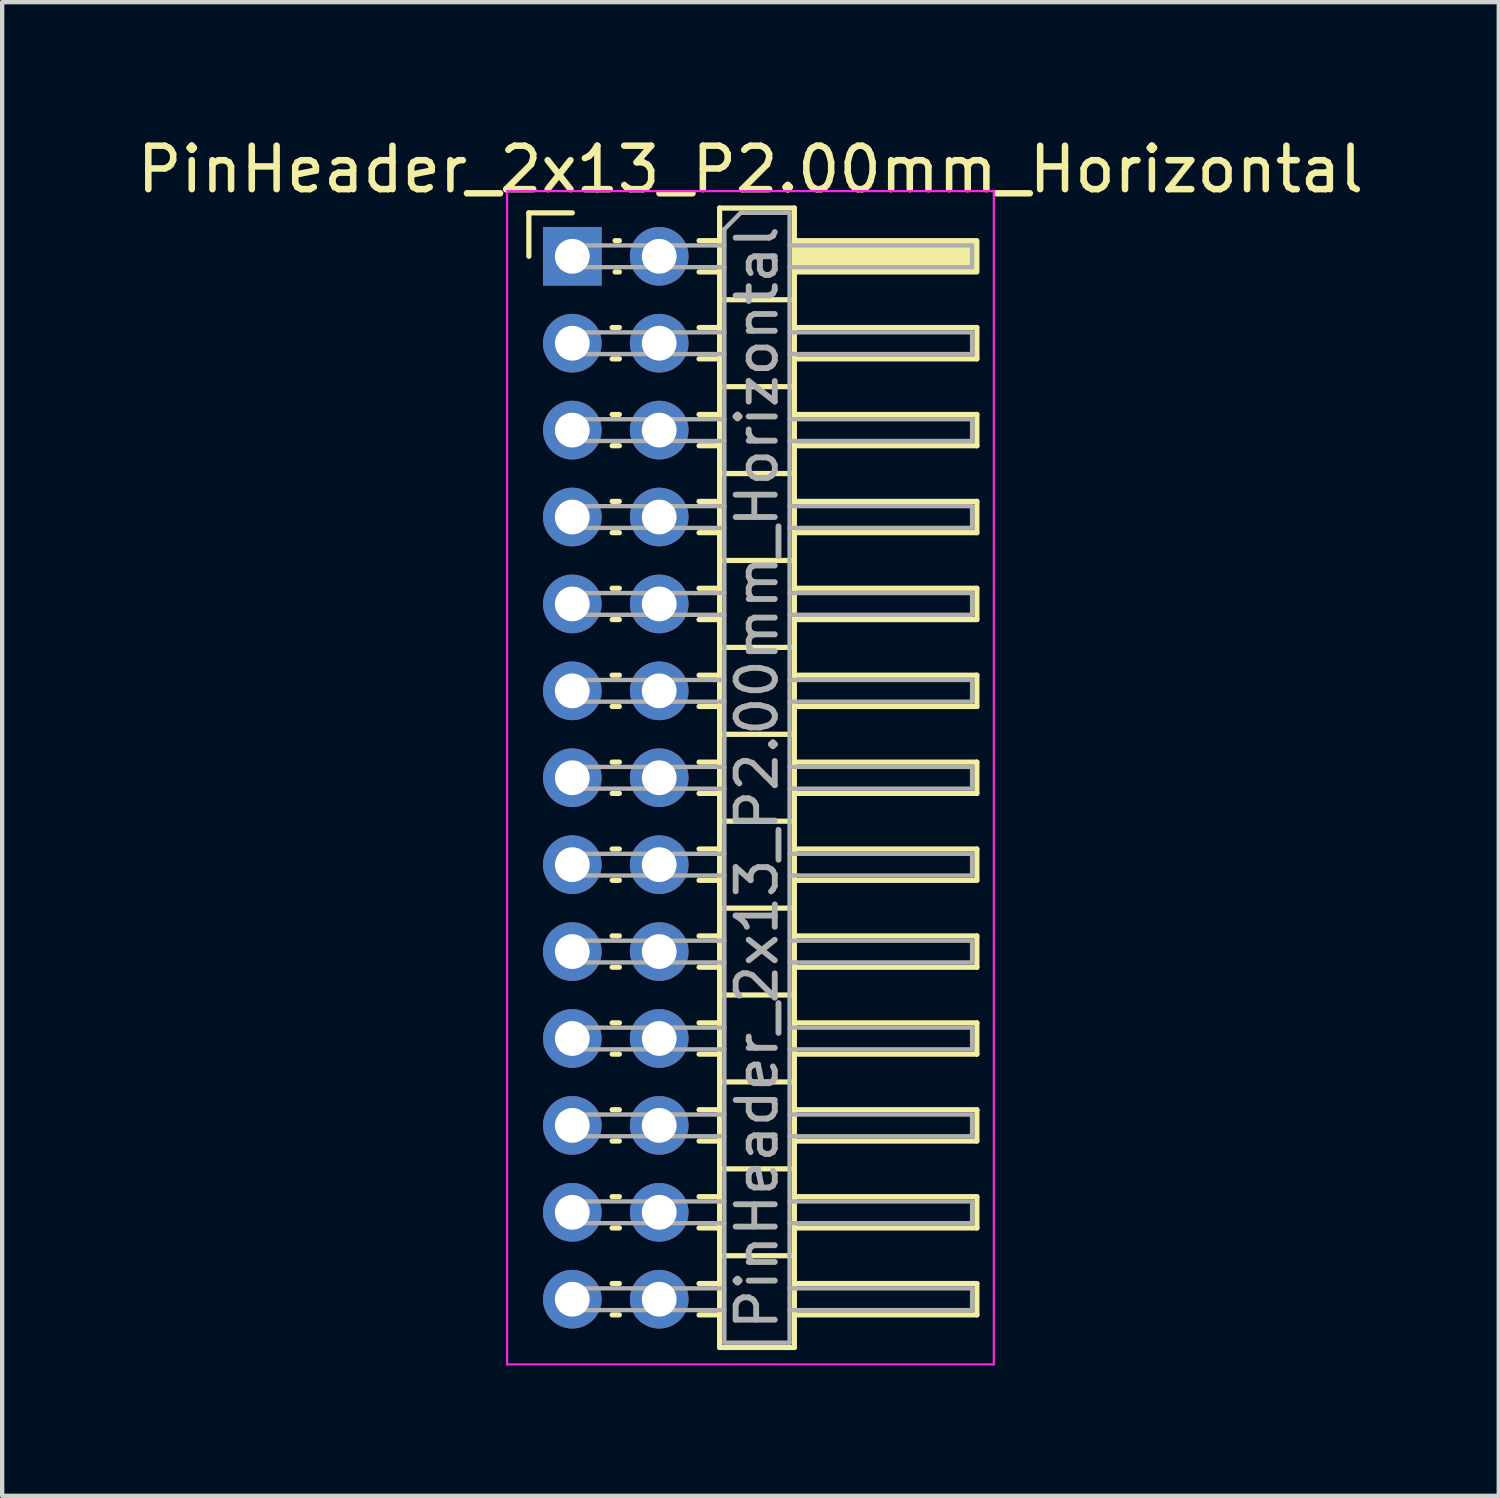
<source format=kicad_pcb>
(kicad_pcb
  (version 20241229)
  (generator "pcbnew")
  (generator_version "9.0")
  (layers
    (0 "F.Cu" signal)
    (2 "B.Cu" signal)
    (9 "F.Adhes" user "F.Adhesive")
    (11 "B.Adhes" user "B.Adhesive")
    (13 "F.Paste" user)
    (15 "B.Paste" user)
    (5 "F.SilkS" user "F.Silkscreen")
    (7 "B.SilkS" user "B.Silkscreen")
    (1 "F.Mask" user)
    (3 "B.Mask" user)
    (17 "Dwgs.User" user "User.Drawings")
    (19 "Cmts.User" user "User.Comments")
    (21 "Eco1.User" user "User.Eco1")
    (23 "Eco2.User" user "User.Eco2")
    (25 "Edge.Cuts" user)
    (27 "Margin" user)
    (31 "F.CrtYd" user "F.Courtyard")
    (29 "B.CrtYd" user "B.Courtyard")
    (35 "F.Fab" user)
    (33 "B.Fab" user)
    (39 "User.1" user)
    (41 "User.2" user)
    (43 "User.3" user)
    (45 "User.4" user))
  (footprint "PinHeader_2x13_P2.00mm_Horizontal"
    (layer "F.Cu")
    (at 10.12 2.848)
    (property "Reference" "PinHeader_2x13_P2.00mm_Horizontal" (at 4.1 -2 0) (layer "F.SilkS") (effects (font (size 1 1) (thickness 0.15))))
    (attr through_hole)
    (fp_line (start -1 -1) (end 0 -1) (stroke (width 0.12) (type solid)) (layer "F.SilkS"))
    (fp_line (start -1 0) (end -1 -1) (stroke (width 0.12) (type solid)) (layer "F.SilkS"))
    (fp_line (start 0.917 1.64) (end 1.083 1.64) (stroke (width 0.12) (type solid)) (layer "F.SilkS"))
    (fp_line (start 0.917 2.36) (end 1.083 2.36) (stroke (width 0.12) (type solid)) (layer "F.SilkS"))
    (fp_line (start 0.917 3.64) (end 1.083 3.64) (stroke (width 0.12) (type solid)) (layer "F.SilkS"))
    (fp_line (start 0.917 4.36) (end 1.083 4.36) (stroke (width 0.12) (type solid)) (layer "F.SilkS"))
    (fp_line (start 0.917 5.64) (end 1.083 5.64) (stroke (width 0.12) (type solid)) (layer "F.SilkS"))
    (fp_line (start 0.917 6.36) (end 1.083 6.36) (stroke (width 0.12) (type solid)) (layer "F.SilkS"))
    (fp_line (start 0.917 7.64) (end 1.083 7.64) (stroke (width 0.12) (type solid)) (layer "F.SilkS"))
    (fp_line (start 0.917 8.36) (end 1.083 8.36) (stroke (width 0.12) (type solid)) (layer "F.SilkS"))
    (fp_line (start 0.917 9.64) (end 1.083 9.64) (stroke (width 0.12) (type solid)) (layer "F.SilkS"))
    (fp_line (start 0.917 10.36) (end 1.083 10.36) (stroke (width 0.12) (type solid)) (layer "F.SilkS"))
    (fp_line (start 0.917 11.64) (end 1.083 11.64) (stroke (width 0.12) (type solid)) (layer "F.SilkS"))
    (fp_line (start 0.917 12.36) (end 1.083 12.36) (stroke (width 0.12) (type solid)) (layer "F.SilkS"))
    (fp_line (start 0.917 13.64) (end 1.083 13.64) (stroke (width 0.12) (type solid)) (layer "F.SilkS"))
    (fp_line (start 0.917 14.36) (end 1.083 14.36) (stroke (width 0.12) (type solid)) (layer "F.SilkS"))
    (fp_line (start 0.917 15.64) (end 1.083 15.64) (stroke (width 0.12) (type solid)) (layer "F.SilkS"))
    (fp_line (start 0.917 16.36) (end 1.083 16.36) (stroke (width 0.12) (type solid)) (layer "F.SilkS"))
    (fp_line (start 0.917 17.64) (end 1.083 17.64) (stroke (width 0.12) (type solid)) (layer "F.SilkS"))
    (fp_line (start 0.917 18.36) (end 1.083 18.36) (stroke (width 0.12) (type solid)) (layer "F.SilkS"))
    (fp_line (start 0.917 19.64) (end 1.083 19.64) (stroke (width 0.12) (type solid)) (layer "F.SilkS"))
    (fp_line (start 0.917 20.36) (end 1.083 20.36) (stroke (width 0.12) (type solid)) (layer "F.SilkS"))
    (fp_line (start 0.917 21.64) (end 1.083 21.64) (stroke (width 0.12) (type solid)) (layer "F.SilkS"))
    (fp_line (start 0.917 22.36) (end 1.083 22.36) (stroke (width 0.12) (type solid)) (layer "F.SilkS"))
    (fp_line (start 0.917 23.64) (end 1.083 23.64) (stroke (width 0.12) (type solid)) (layer "F.SilkS"))
    (fp_line (start 0.917 24.36) (end 1.083 24.36) (stroke (width 0.12) (type solid)) (layer "F.SilkS"))
    (fp_line (start 0.985 -0.36) (end 1.083 -0.36) (stroke (width 0.12) (type solid)) (layer "F.SilkS"))
    (fp_line (start 0.985 0.36) (end 1.083 0.36) (stroke (width 0.12) (type solid)) (layer "F.SilkS"))
    (fp_line (start 2.917 -0.36) (end 3.39 -0.36) (stroke (width 0.12) (type solid)) (layer "F.SilkS"))
    (fp_line (start 2.917 0.36) (end 3.39 0.36) (stroke (width 0.12) (type solid)) (layer "F.SilkS"))
    (fp_line (start 2.917 1.64) (end 3.39 1.64) (stroke (width 0.12) (type solid)) (layer "F.SilkS"))
    (fp_line (start 2.917 2.36) (end 3.39 2.36) (stroke (width 0.12) (type solid)) (layer "F.SilkS"))
    (fp_line (start 2.917 3.64) (end 3.39 3.64) (stroke (width 0.12) (type solid)) (layer "F.SilkS"))
    (fp_line (start 2.917 4.36) (end 3.39 4.36) (stroke (width 0.12) (type solid)) (layer "F.SilkS"))
    (fp_line (start 2.917 5.64) (end 3.39 5.64) (stroke (width 0.12) (type solid)) (layer "F.SilkS"))
    (fp_line (start 2.917 6.36) (end 3.39 6.36) (stroke (width 0.12) (type solid)) (layer "F.SilkS"))
    (fp_line (start 2.917 7.64) (end 3.39 7.64) (stroke (width 0.12) (type solid)) (layer "F.SilkS"))
    (fp_line (start 2.917 8.36) (end 3.39 8.36) (stroke (width 0.12) (type solid)) (layer "F.SilkS"))
    (fp_line (start 2.917 9.64) (end 3.39 9.64) (stroke (width 0.12) (type solid)) (layer "F.SilkS"))
    (fp_line (start 2.917 10.36) (end 3.39 10.36) (stroke (width 0.12) (type solid)) (layer "F.SilkS"))
    (fp_line (start 2.917 11.64) (end 3.39 11.64) (stroke (width 0.12) (type solid)) (layer "F.SilkS"))
    (fp_line (start 2.917 12.36) (end 3.39 12.36) (stroke (width 0.12) (type solid)) (layer "F.SilkS"))
    (fp_line (start 2.917 13.64) (end 3.39 13.64) (stroke (width 0.12) (type solid)) (layer "F.SilkS"))
    (fp_line (start 2.917 14.36) (end 3.39 14.36) (stroke (width 0.12) (type solid)) (layer "F.SilkS"))
    (fp_line (start 2.917 15.64) (end 3.39 15.64) (stroke (width 0.12) (type solid)) (layer "F.SilkS"))
    (fp_line (start 2.917 16.36) (end 3.39 16.36) (stroke (width 0.12) (type solid)) (layer "F.SilkS"))
    (fp_line (start 2.917 17.64) (end 3.39 17.64) (stroke (width 0.12) (type solid)) (layer "F.SilkS"))
    (fp_line (start 2.917 18.36) (end 3.39 18.36) (stroke (width 0.12) (type solid)) (layer "F.SilkS"))
    (fp_line (start 2.917 19.64) (end 3.39 19.64) (stroke (width 0.12) (type solid)) (layer "F.SilkS"))
    (fp_line (start 2.917 20.36) (end 3.39 20.36) (stroke (width 0.12) (type solid)) (layer "F.SilkS"))
    (fp_line (start 2.917 21.64) (end 3.39 21.64) (stroke (width 0.12) (type solid)) (layer "F.SilkS"))
    (fp_line (start 2.917 22.36) (end 3.39 22.36) (stroke (width 0.12) (type solid)) (layer "F.SilkS"))
    (fp_line (start 2.917 23.64) (end 3.39 23.64) (stroke (width 0.12) (type solid)) (layer "F.SilkS"))
    (fp_line (start 2.917 24.36) (end 3.39 24.36) (stroke (width 0.12) (type solid)) (layer "F.SilkS"))
    (fp_line (start 3.39 -1.11) (end 3.39 25.11) (stroke (width 0.12) (type solid)) (layer "F.SilkS"))
    (fp_line (start 3.39 1) (end 5.11 1) (stroke (width 0.12) (type solid)) (layer "F.SilkS"))
    (fp_line (start 3.39 3) (end 5.11 3) (stroke (width 0.12) (type solid)) (layer "F.SilkS"))
    (fp_line (start 3.39 5) (end 5.11 5) (stroke (width 0.12) (type solid)) (layer "F.SilkS"))
    (fp_line (start 3.39 7) (end 5.11 7) (stroke (width 0.12) (type solid)) (layer "F.SilkS"))
    (fp_line (start 3.39 9) (end 5.11 9) (stroke (width 0.12) (type solid)) (layer "F.SilkS"))
    (fp_line (start 3.39 11) (end 5.11 11) (stroke (width 0.12) (type solid)) (layer "F.SilkS"))
    (fp_line (start 3.39 13) (end 5.11 13) (stroke (width 0.12) (type solid)) (layer "F.SilkS"))
    (fp_line (start 3.39 15) (end 5.11 15) (stroke (width 0.12) (type solid)) (layer "F.SilkS"))
    (fp_line (start 3.39 17) (end 5.11 17) (stroke (width 0.12) (type solid)) (layer "F.SilkS"))
    (fp_line (start 3.39 19) (end 5.11 19) (stroke (width 0.12) (type solid)) (layer "F.SilkS"))
    (fp_line (start 3.39 21) (end 5.11 21) (stroke (width 0.12) (type solid)) (layer "F.SilkS"))
    (fp_line (start 3.39 23) (end 5.11 23) (stroke (width 0.12) (type solid)) (layer "F.SilkS"))
    (fp_line (start 3.39 25.11) (end 5.11 25.11) (stroke (width 0.12) (type solid)) (layer "F.SilkS"))
    (fp_line (start 5.11 -1.11) (end 3.39 -1.11) (stroke (width 0.12) (type solid)) (layer "F.SilkS"))
    (fp_line (start 5.11 1.64) (end 9.31 1.64) (stroke (width 0.12) (type solid)) (layer "F.SilkS"))
    (fp_line (start 5.11 3.64) (end 9.31 3.64) (stroke (width 0.12) (type solid)) (layer "F.SilkS"))
    (fp_line (start 5.11 5.64) (end 9.31 5.64) (stroke (width 0.12) (type solid)) (layer "F.SilkS"))
    (fp_line (start 5.11 7.64) (end 9.31 7.64) (stroke (width 0.12) (type solid)) (layer "F.SilkS"))
    (fp_line (start 5.11 9.64) (end 9.31 9.64) (stroke (width 0.12) (type solid)) (layer "F.SilkS"))
    (fp_line (start 5.11 11.64) (end 9.31 11.64) (stroke (width 0.12) (type solid)) (layer "F.SilkS"))
    (fp_line (start 5.11 13.64) (end 9.31 13.64) (stroke (width 0.12) (type solid)) (layer "F.SilkS"))
    (fp_line (start 5.11 15.64) (end 9.31 15.64) (stroke (width 0.12) (type solid)) (layer "F.SilkS"))
    (fp_line (start 5.11 17.64) (end 9.31 17.64) (stroke (width 0.12) (type solid)) (layer "F.SilkS"))
    (fp_line (start 5.11 19.64) (end 9.31 19.64) (stroke (width 0.12) (type solid)) (layer "F.SilkS"))
    (fp_line (start 5.11 21.64) (end 9.31 21.64) (stroke (width 0.12) (type solid)) (layer "F.SilkS"))
    (fp_line (start 5.11 23.64) (end 9.31 23.64) (stroke (width 0.12) (type solid)) (layer "F.SilkS"))
    (fp_line (start 5.11 25.11) (end 5.11 -1.11) (stroke (width 0.12) (type solid)) (layer "F.SilkS"))
    (fp_line (start 9.31 1.64) (end 9.31 2.36) (stroke (width 0.12) (type solid)) (layer "F.SilkS"))
    (fp_line (start 9.31 2.36) (end 5.11 2.36) (stroke (width 0.12) (type solid)) (layer "F.SilkS"))
    (fp_line (start 9.31 3.64) (end 9.31 4.36) (stroke (width 0.12) (type solid)) (layer "F.SilkS"))
    (fp_line (start 9.31 4.36) (end 5.11 4.36) (stroke (width 0.12) (type solid)) (layer "F.SilkS"))
    (fp_line (start 9.31 5.64) (end 9.31 6.36) (stroke (width 0.12) (type solid)) (layer "F.SilkS"))
    (fp_line (start 9.31 6.36) (end 5.11 6.36) (stroke (width 0.12) (type solid)) (layer "F.SilkS"))
    (fp_line (start 9.31 7.64) (end 9.31 8.36) (stroke (width 0.12) (type solid)) (layer "F.SilkS"))
    (fp_line (start 9.31 8.36) (end 5.11 8.36) (stroke (width 0.12) (type solid)) (layer "F.SilkS"))
    (fp_line (start 9.31 9.64) (end 9.31 10.36) (stroke (width 0.12) (type solid)) (layer "F.SilkS"))
    (fp_line (start 9.31 10.36) (end 5.11 10.36) (stroke (width 0.12) (type solid)) (layer "F.SilkS"))
    (fp_line (start 9.31 11.64) (end 9.31 12.36) (stroke (width 0.12) (type solid)) (layer "F.SilkS"))
    (fp_line (start 9.31 12.36) (end 5.11 12.36) (stroke (width 0.12) (type solid)) (layer "F.SilkS"))
    (fp_line (start 9.31 13.64) (end 9.31 14.36) (stroke (width 0.12) (type solid)) (layer "F.SilkS"))
    (fp_line (start 9.31 14.36) (end 5.11 14.36) (stroke (width 0.12) (type solid)) (layer "F.SilkS"))
    (fp_line (start 9.31 15.64) (end 9.31 16.36) (stroke (width 0.12) (type solid)) (layer "F.SilkS"))
    (fp_line (start 9.31 16.36) (end 5.11 16.36) (stroke (width 0.12) (type solid)) (layer "F.SilkS"))
    (fp_line (start 9.31 17.64) (end 9.31 18.36) (stroke (width 0.12) (type solid)) (layer "F.SilkS"))
    (fp_line (start 9.31 18.36) (end 5.11 18.36) (stroke (width 0.12) (type solid)) (layer "F.SilkS"))
    (fp_line (start 9.31 19.64) (end 9.31 20.36) (stroke (width 0.12) (type solid)) (layer "F.SilkS"))
    (fp_line (start 9.31 20.36) (end 5.11 20.36) (stroke (width 0.12) (type solid)) (layer "F.SilkS"))
    (fp_line (start 9.31 21.64) (end 9.31 22.36) (stroke (width 0.12) (type solid)) (layer "F.SilkS"))
    (fp_line (start 9.31 22.36) (end 5.11 22.36) (stroke (width 0.12) (type solid)) (layer "F.SilkS"))
    (fp_line (start 9.31 23.64) (end 9.31 24.36) (stroke (width 0.12) (type solid)) (layer "F.SilkS"))
    (fp_line (start 9.31 24.36) (end 5.11 24.36) (stroke (width 0.12) (type solid)) (layer "F.SilkS"))
    (fp_rect (start 5.11 -0.36) (end 9.31 0.36) (stroke (width 0.12) (type solid)) (fill yes) (layer "F.SilkS"))
    (fp_line (start -1.5 -1.5) (end -1.5 25.5) (stroke (width 0.05) (type solid)) (layer "F.CrtYd"))
    (fp_line (start -1.5 25.5) (end 9.7 25.5) (stroke (width 0.05) (type solid)) (layer "F.CrtYd"))
    (fp_line (start 9.7 -1.5) (end -1.5 -1.5) (stroke (width 0.05) (type solid)) (layer "F.CrtYd"))
    (fp_line (start 9.7 25.5) (end 9.7 -1.5) (stroke (width 0.05) (type solid)) (layer "F.CrtYd"))
    (fp_line (start -0.25 -0.25) (end -0.25 0.25) (stroke (width 0.1) (type solid)) (layer "F.Fab"))
    (fp_line (start -0.25 -0.25) (end 3.5 -0.25) (stroke (width 0.1) (type solid)) (layer "F.Fab"))
    (fp_line (start -0.25 0.25) (end 3.5 0.25) (stroke (width 0.1) (type solid)) (layer "F.Fab"))
    (fp_line (start -0.25 1.75) (end -0.25 2.25) (stroke (width 0.1) (type solid)) (layer "F.Fab"))
    (fp_line (start -0.25 1.75) (end 3.5 1.75) (stroke (width 0.1) (type solid)) (layer "F.Fab"))
    (fp_line (start -0.25 2.25) (end 3.5 2.25) (stroke (width 0.1) (type solid)) (layer "F.Fab"))
    (fp_line (start -0.25 3.75) (end -0.25 4.25) (stroke (width 0.1) (type solid)) (layer "F.Fab"))
    (fp_line (start -0.25 3.75) (end 3.5 3.75) (stroke (width 0.1) (type solid)) (layer "F.Fab"))
    (fp_line (start -0.25 4.25) (end 3.5 4.25) (stroke (width 0.1) (type solid)) (layer "F.Fab"))
    (fp_line (start -0.25 5.75) (end -0.25 6.25) (stroke (width 0.1) (type solid)) (layer "F.Fab"))
    (fp_line (start -0.25 5.75) (end 3.5 5.75) (stroke (width 0.1) (type solid)) (layer "F.Fab"))
    (fp_line (start -0.25 6.25) (end 3.5 6.25) (stroke (width 0.1) (type solid)) (layer "F.Fab"))
    (fp_line (start -0.25 7.75) (end -0.25 8.25) (stroke (width 0.1) (type solid)) (layer "F.Fab"))
    (fp_line (start -0.25 7.75) (end 3.5 7.75) (stroke (width 0.1) (type solid)) (layer "F.Fab"))
    (fp_line (start -0.25 8.25) (end 3.5 8.25) (stroke (width 0.1) (type solid)) (layer "F.Fab"))
    (fp_line (start -0.25 9.75) (end -0.25 10.25) (stroke (width 0.1) (type solid)) (layer "F.Fab"))
    (fp_line (start -0.25 9.75) (end 3.5 9.75) (stroke (width 0.1) (type solid)) (layer "F.Fab"))
    (fp_line (start -0.25 10.25) (end 3.5 10.25) (stroke (width 0.1) (type solid)) (layer "F.Fab"))
    (fp_line (start -0.25 11.75) (end -0.25 12.25) (stroke (width 0.1) (type solid)) (layer "F.Fab"))
    (fp_line (start -0.25 11.75) (end 3.5 11.75) (stroke (width 0.1) (type solid)) (layer "F.Fab"))
    (fp_line (start -0.25 12.25) (end 3.5 12.25) (stroke (width 0.1) (type solid)) (layer "F.Fab"))
    (fp_line (start -0.25 13.75) (end -0.25 14.25) (stroke (width 0.1) (type solid)) (layer "F.Fab"))
    (fp_line (start -0.25 13.75) (end 3.5 13.75) (stroke (width 0.1) (type solid)) (layer "F.Fab"))
    (fp_line (start -0.25 14.25) (end 3.5 14.25) (stroke (width 0.1) (type solid)) (layer "F.Fab"))
    (fp_line (start -0.25 15.75) (end -0.25 16.25) (stroke (width 0.1) (type solid)) (layer "F.Fab"))
    (fp_line (start -0.25 15.75) (end 3.5 15.75) (stroke (width 0.1) (type solid)) (layer "F.Fab"))
    (fp_line (start -0.25 16.25) (end 3.5 16.25) (stroke (width 0.1) (type solid)) (layer "F.Fab"))
    (fp_line (start -0.25 17.75) (end -0.25 18.25) (stroke (width 0.1) (type solid)) (layer "F.Fab"))
    (fp_line (start -0.25 17.75) (end 3.5 17.75) (stroke (width 0.1) (type solid)) (layer "F.Fab"))
    (fp_line (start -0.25 18.25) (end 3.5 18.25) (stroke (width 0.1) (type solid)) (layer "F.Fab"))
    (fp_line (start -0.25 19.75) (end -0.25 20.25) (stroke (width 0.1) (type solid)) (layer "F.Fab"))
    (fp_line (start -0.25 19.75) (end 3.5 19.75) (stroke (width 0.1) (type solid)) (layer "F.Fab"))
    (fp_line (start -0.25 20.25) (end 3.5 20.25) (stroke (width 0.1) (type solid)) (layer "F.Fab"))
    (fp_line (start -0.25 21.75) (end -0.25 22.25) (stroke (width 0.1) (type solid)) (layer "F.Fab"))
    (fp_line (start -0.25 21.75) (end 3.5 21.75) (stroke (width 0.1) (type solid)) (layer "F.Fab"))
    (fp_line (start -0.25 22.25) (end 3.5 22.25) (stroke (width 0.1) (type solid)) (layer "F.Fab"))
    (fp_line (start -0.25 23.75) (end -0.25 24.25) (stroke (width 0.1) (type solid)) (layer "F.Fab"))
    (fp_line (start -0.25 23.75) (end 3.5 23.75) (stroke (width 0.1) (type solid)) (layer "F.Fab"))
    (fp_line (start -0.25 24.25) (end 3.5 24.25) (stroke (width 0.1) (type solid)) (layer "F.Fab"))
    (fp_line (start 3.5 -0.625) (end 3.875 -1) (stroke (width 0.1) (type solid)) (layer "F.Fab"))
    (fp_line (start 3.5 25) (end 3.5 -0.625) (stroke (width 0.1) (type solid)) (layer "F.Fab"))
    (fp_line (start 3.875 -1) (end 5 -1) (stroke (width 0.1) (type solid)) (layer "F.Fab"))
    (fp_line (start 5 -1) (end 5 25) (stroke (width 0.1) (type solid)) (layer "F.Fab"))
    (fp_line (start 5 -0.25) (end 9.2 -0.25) (stroke (width 0.1) (type solid)) (layer "F.Fab"))
    (fp_line (start 5 0.25) (end 9.2 0.25) (stroke (width 0.1) (type solid)) (layer "F.Fab"))
    (fp_line (start 5 1.75) (end 9.2 1.75) (stroke (width 0.1) (type solid)) (layer "F.Fab"))
    (fp_line (start 5 2.25) (end 9.2 2.25) (stroke (width 0.1) (type solid)) (layer "F.Fab"))
    (fp_line (start 5 3.75) (end 9.2 3.75) (stroke (width 0.1) (type solid)) (layer "F.Fab"))
    (fp_line (start 5 4.25) (end 9.2 4.25) (stroke (width 0.1) (type solid)) (layer "F.Fab"))
    (fp_line (start 5 5.75) (end 9.2 5.75) (stroke (width 0.1) (type solid)) (layer "F.Fab"))
    (fp_line (start 5 6.25) (end 9.2 6.25) (stroke (width 0.1) (type solid)) (layer "F.Fab"))
    (fp_line (start 5 7.75) (end 9.2 7.75) (stroke (width 0.1) (type solid)) (layer "F.Fab"))
    (fp_line (start 5 8.25) (end 9.2 8.25) (stroke (width 0.1) (type solid)) (layer "F.Fab"))
    (fp_line (start 5 9.75) (end 9.2 9.75) (stroke (width 0.1) (type solid)) (layer "F.Fab"))
    (fp_line (start 5 10.25) (end 9.2 10.25) (stroke (width 0.1) (type solid)) (layer "F.Fab"))
    (fp_line (start 5 11.75) (end 9.2 11.75) (stroke (width 0.1) (type solid)) (layer "F.Fab"))
    (fp_line (start 5 12.25) (end 9.2 12.25) (stroke (width 0.1) (type solid)) (layer "F.Fab"))
    (fp_line (start 5 13.75) (end 9.2 13.75) (stroke (width 0.1) (type solid)) (layer "F.Fab"))
    (fp_line (start 5 14.25) (end 9.2 14.25) (stroke (width 0.1) (type solid)) (layer "F.Fab"))
    (fp_line (start 5 15.75) (end 9.2 15.75) (stroke (width 0.1) (type solid)) (layer "F.Fab"))
    (fp_line (start 5 16.25) (end 9.2 16.25) (stroke (width 0.1) (type solid)) (layer "F.Fab"))
    (fp_line (start 5 17.75) (end 9.2 17.75) (stroke (width 0.1) (type solid)) (layer "F.Fab"))
    (fp_line (start 5 18.25) (end 9.2 18.25) (stroke (width 0.1) (type solid)) (layer "F.Fab"))
    (fp_line (start 5 19.75) (end 9.2 19.75) (stroke (width 0.1) (type solid)) (layer "F.Fab"))
    (fp_line (start 5 20.25) (end 9.2 20.25) (stroke (width 0.1) (type solid)) (layer "F.Fab"))
    (fp_line (start 5 21.75) (end 9.2 21.75) (stroke (width 0.1) (type solid)) (layer "F.Fab"))
    (fp_line (start 5 22.25) (end 9.2 22.25) (stroke (width 0.1) (type solid)) (layer "F.Fab"))
    (fp_line (start 5 23.75) (end 9.2 23.75) (stroke (width 0.1) (type solid)) (layer "F.Fab"))
    (fp_line (start 5 24.25) (end 9.2 24.25) (stroke (width 0.1) (type solid)) (layer "F.Fab"))
    (fp_line (start 5 25) (end 3.5 25) (stroke (width 0.1) (type solid)) (layer "F.Fab"))
    (fp_line (start 9.2 -0.25) (end 9.2 0.25) (stroke (width 0.1) (type solid)) (layer "F.Fab"))
    (fp_line (start 9.2 1.75) (end 9.2 2.25) (stroke (width 0.1) (type solid)) (layer "F.Fab"))
    (fp_line (start 9.2 3.75) (end 9.2 4.25) (stroke (width 0.1) (type solid)) (layer "F.Fab"))
    (fp_line (start 9.2 5.75) (end 9.2 6.25) (stroke (width 0.1) (type solid)) (layer "F.Fab"))
    (fp_line (start 9.2 7.75) (end 9.2 8.25) (stroke (width 0.1) (type solid)) (layer "F.Fab"))
    (fp_line (start 9.2 9.75) (end 9.2 10.25) (stroke (width 0.1) (type solid)) (layer "F.Fab"))
    (fp_line (start 9.2 11.75) (end 9.2 12.25) (stroke (width 0.1) (type solid)) (layer "F.Fab"))
    (fp_line (start 9.2 13.75) (end 9.2 14.25) (stroke (width 0.1) (type solid)) (layer "F.Fab"))
    (fp_line (start 9.2 15.75) (end 9.2 16.25) (stroke (width 0.1) (type solid)) (layer "F.Fab"))
    (fp_line (start 9.2 17.75) (end 9.2 18.25) (stroke (width 0.1) (type solid)) (layer "F.Fab"))
    (fp_line (start 9.2 19.75) (end 9.2 20.25) (stroke (width 0.1) (type solid)) (layer "F.Fab"))
    (fp_line (start 9.2 21.75) (end 9.2 22.25) (stroke (width 0.1) (type solid)) (layer "F.Fab"))
    (fp_line (start 9.2 23.75) (end 9.2 24.25) (stroke (width 0.1) (type solid)) (layer "F.Fab"))
    (fp_text user "${REFERENCE}" (at 4.25 12 90) (layer "F.Fab") (effects (font (size 0.9 0.9) (thickness 0.135))))
    (pad "1" thru_hole rect (at 0 0) (size 1.35 1.35) (drill 0.8) (layers "*.Cu" "*.Mask"))
    (pad "2" thru_hole circle (at 2 0) (size 1.35 1.35) (drill 0.8) (layers "*.Cu" "*.Mask"))
    (pad "3" thru_hole circle (at 0 2) (size 1.35 1.35) (drill 0.8) (layers "*.Cu" "*.Mask"))
    (pad "4" thru_hole circle (at 2 2) (size 1.35 1.35) (drill 0.8) (layers "*.Cu" "*.Mask"))
    (pad "5" thru_hole circle (at 0 4) (size 1.35 1.35) (drill 0.8) (layers "*.Cu" "*.Mask"))
    (pad "6" thru_hole circle (at 2 4) (size 1.35 1.35) (drill 0.8) (layers "*.Cu" "*.Mask"))
    (pad "7" thru_hole circle (at 0 6) (size 1.35 1.35) (drill 0.8) (layers "*.Cu" "*.Mask"))
    (pad "8" thru_hole circle (at 2 6) (size 1.35 1.35) (drill 0.8) (layers "*.Cu" "*.Mask"))
    (pad "9" thru_hole circle (at 0 8) (size 1.35 1.35) (drill 0.8) (layers "*.Cu" "*.Mask"))
    (pad "10" thru_hole circle (at 2 8) (size 1.35 1.35) (drill 0.8) (layers "*.Cu" "*.Mask"))
    (pad "11" thru_hole circle (at 0 10) (size 1.35 1.35) (drill 0.8) (layers "*.Cu" "*.Mask"))
    (pad "12" thru_hole circle (at 2 10) (size 1.35 1.35) (drill 0.8) (layers "*.Cu" "*.Mask"))
    (pad "13" thru_hole circle (at 0 12) (size 1.35 1.35) (drill 0.8) (layers "*.Cu" "*.Mask"))
    (pad "14" thru_hole circle (at 2 12) (size 1.35 1.35) (drill 0.8) (layers "*.Cu" "*.Mask"))
    (pad "15" thru_hole circle (at 0 14) (size 1.35 1.35) (drill 0.8) (layers "*.Cu" "*.Mask"))
    (pad "16" thru_hole circle (at 2 14) (size 1.35 1.35) (drill 0.8) (layers "*.Cu" "*.Mask"))
    (pad "17" thru_hole circle (at 0 16) (size 1.35 1.35) (drill 0.8) (layers "*.Cu" "*.Mask"))
    (pad "18" thru_hole circle (at 2 16) (size 1.35 1.35) (drill 0.8) (layers "*.Cu" "*.Mask"))
    (pad "19" thru_hole circle (at 0 18) (size 1.35 1.35) (drill 0.8) (layers "*.Cu" "*.Mask"))
    (pad "20" thru_hole circle (at 2 18) (size 1.35 1.35) (drill 0.8) (layers "*.Cu" "*.Mask"))
    (pad "21" thru_hole circle (at 0 20) (size 1.35 1.35) (drill 0.8) (layers "*.Cu" "*.Mask"))
    (pad "22" thru_hole circle (at 2 20) (size 1.35 1.35) (drill 0.8) (layers "*.Cu" "*.Mask"))
    (pad "23" thru_hole circle (at 0 22) (size 1.35 1.35) (drill 0.8) (layers "*.Cu" "*.Mask"))
    (pad "24" thru_hole circle (at 2 22) (size 1.35 1.35) (drill 0.8) (layers "*.Cu" "*.Mask"))
    (pad "25" thru_hole circle (at 0 24) (size 1.35 1.35) (drill 0.8) (layers "*.Cu" "*.Mask"))
    (pad "26" thru_hole circle (at 2 24) (size 1.35 1.35) (drill 0.8) (layers "*.Cu" "*.Mask")))
  (gr_rect
    (start -3 -3)
    (end 31.44 31.373)
    (stroke (width 0.1) (type default))
    (fill no)
    (layer "Edge.Cuts")))
</source>
